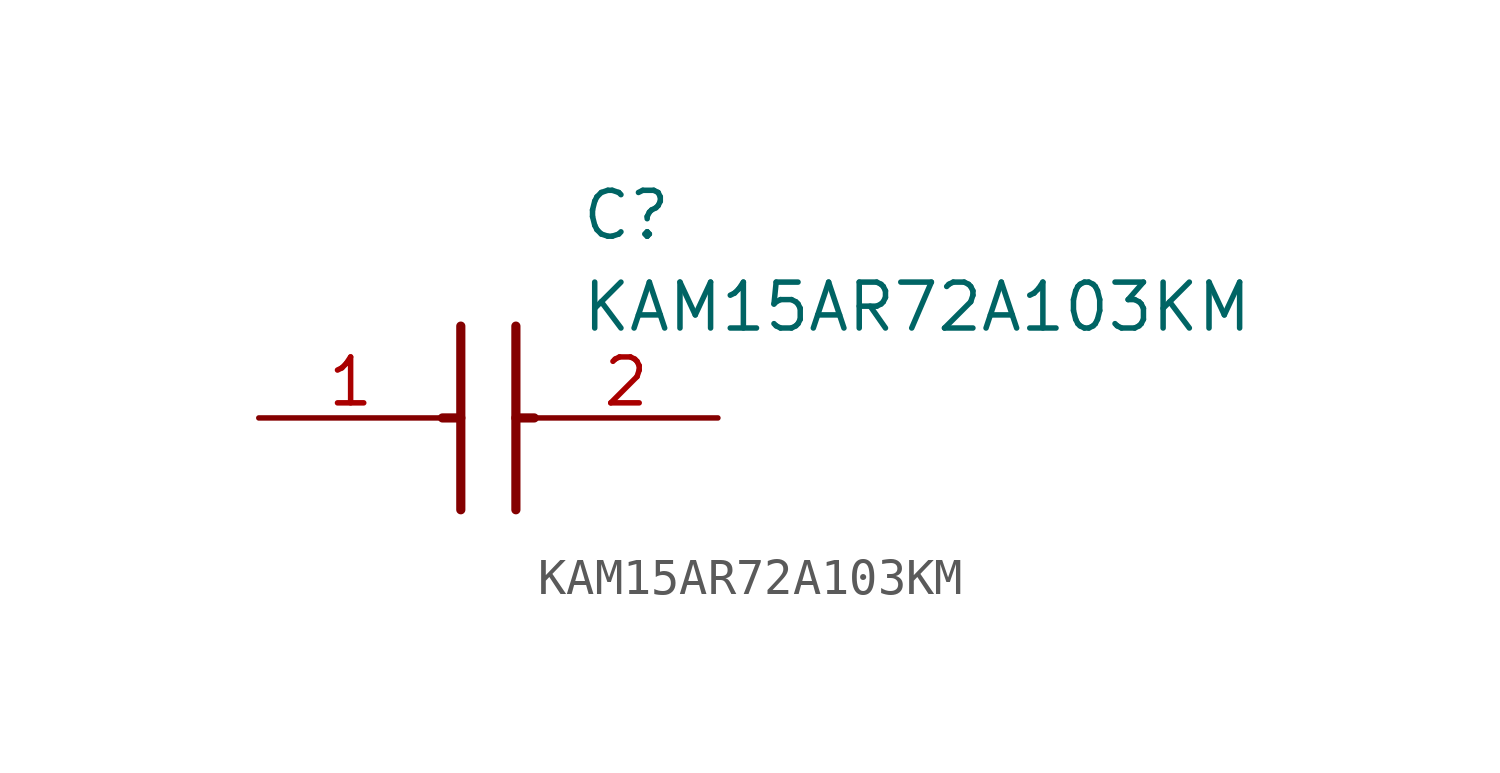
<source format=kicad_sym>
(kicad_symbol_lib
  (version 20211014)
  (generator SamacSys_ECAD_Model)
  (symbol "KAM15AR72A103KM"
    (pin_names hide)
    (property "Reference" "C"
      (at 8.89 6.35 0)
      (effects (font (size 1.27 1.27)) (justify left top)))
    (property "Value" "KAM15AR72A103KM"
      (at 8.89 3.81 0)
      (effects (font (size 1.27 1.27)) (justify left top)))
    (polyline
      (pts (xy 5.588 2.54) (xy 5.588 -2.54))
      (stroke (width 0.254) (type default))
      (fill (type none)))
    (polyline
      (pts (xy 7.112 2.54) (xy 7.112 -2.54))
      (stroke (width 0.254) (type default))
      (fill (type none)))
    (polyline
      (pts (xy 5.08 0) (xy 5.588 0))
      (stroke (width 0.254) (type default))
      (fill (type none)))
    (polyline
      (pts (xy 7.112 0) (xy 7.62 0))
      (stroke (width 0.254) (type default))
      (fill (type none)))
    (pin passive line
      (at 0 0 0)
      (length 5.08)
      (name "1" (effects (font (size 1.27 1.27))))
      (number "1" (effects (font (size 1.27 1.27)))))
    (pin passive line
      (at 12.7 0 180)
      (length 5.08)
      (name "2" (effects (font (size 1.27 1.27))))
      (number "2" (effects (font (size 1.27 1.27)))))))
</source>
